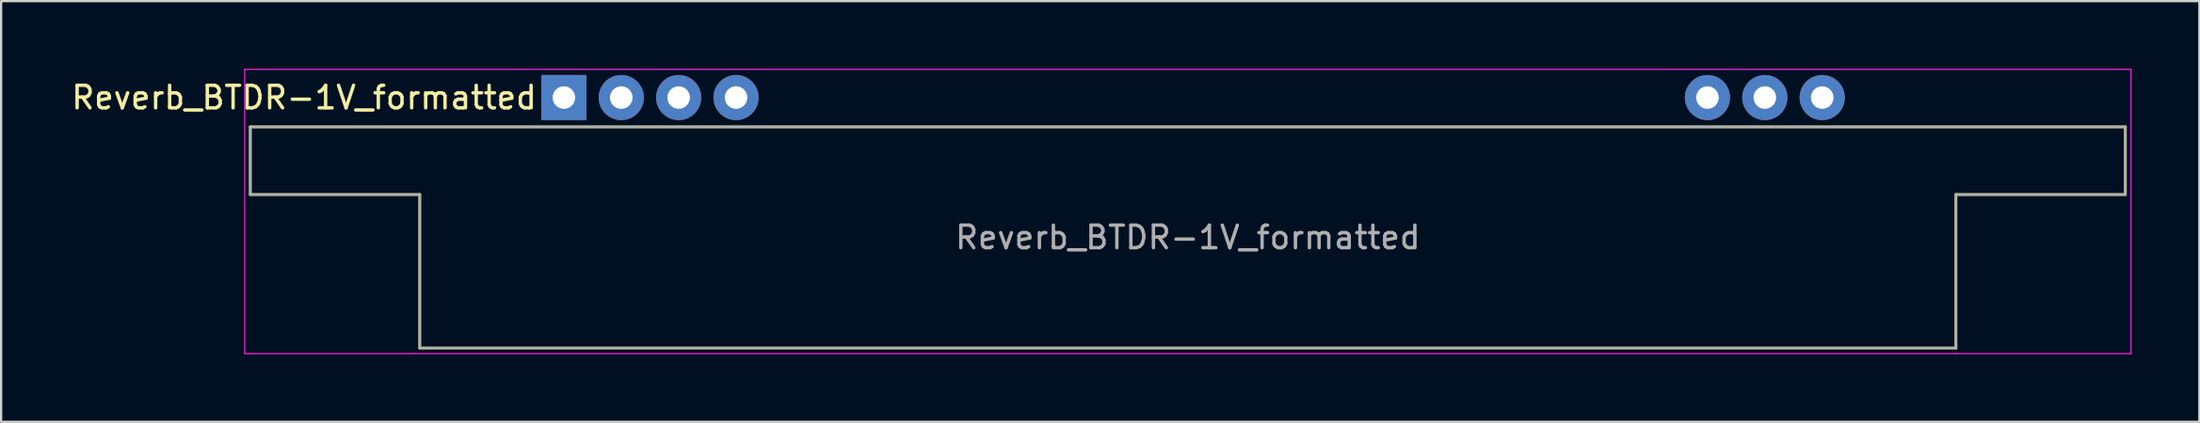
<source format=kicad_pcb>
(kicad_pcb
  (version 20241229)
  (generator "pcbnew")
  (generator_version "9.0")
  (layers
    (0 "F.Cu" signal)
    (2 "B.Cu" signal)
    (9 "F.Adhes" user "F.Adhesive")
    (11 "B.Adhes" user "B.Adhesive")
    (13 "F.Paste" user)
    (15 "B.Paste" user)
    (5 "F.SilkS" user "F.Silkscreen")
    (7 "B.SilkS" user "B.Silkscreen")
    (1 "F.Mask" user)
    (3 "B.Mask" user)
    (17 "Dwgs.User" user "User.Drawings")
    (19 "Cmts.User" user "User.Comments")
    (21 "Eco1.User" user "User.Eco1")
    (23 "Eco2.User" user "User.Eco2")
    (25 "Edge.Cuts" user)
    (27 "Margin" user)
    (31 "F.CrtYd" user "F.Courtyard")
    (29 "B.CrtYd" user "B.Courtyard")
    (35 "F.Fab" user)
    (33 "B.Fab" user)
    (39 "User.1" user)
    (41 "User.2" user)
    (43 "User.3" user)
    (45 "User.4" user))
  (footprint "Reverb_BTDR-1V_formatted"
    (layer "F.Cu")
    (at 21.911 1.275)
    (property "Reference" "Reverb_BTDR-1V_formatted" (at -11.5 0 180) (layer "F.SilkS") (effects (font (size 1 1) (thickness 0.15))))
    (attr through_hole)
    (fp_line (start -13.88 1.3) (end 69.12 1.3) (stroke (width 0.12) (type solid)) (layer "F.SilkS"))
    (fp_line (start -13.88 4.3) (end -13.88 1.3) (stroke (width 0.12) (type solid)) (layer "F.SilkS"))
    (fp_line (start -6.38 4.3) (end -13.88 4.3) (stroke (width 0.12) (type solid)) (layer "F.SilkS"))
    (fp_line (start -6.38 11.1) (end -6.38 4.3) (stroke (width 0.12) (type solid)) (layer "F.SilkS"))
    (fp_line (start 61.62 4.3) (end 61.62 11.1) (stroke (width 0.12) (type solid)) (layer "F.SilkS"))
    (fp_line (start 61.62 11.1) (end -6.38 11.1) (stroke (width 0.12) (type solid)) (layer "F.SilkS"))
    (fp_line (start 69.12 1.3) (end 69.12 4.3) (stroke (width 0.12) (type solid)) (layer "F.SilkS"))
    (fp_line (start 69.12 4.3) (end 61.62 4.3) (stroke (width 0.12) (type solid)) (layer "F.SilkS"))
    (fp_line (start -14.13 -1.25) (end 69.37 -1.25) (stroke (width 0.05) (type solid)) (layer "F.CrtYd"))
    (fp_line (start -14.13 11.35) (end -14.13 -1.25) (stroke (width 0.05) (type solid)) (layer "F.CrtYd"))
    (fp_line (start -6.63 11.35) (end -14.13 11.35) (stroke (width 0.05) (type solid)) (layer "F.CrtYd"))
    (fp_line (start 61.62 11.35) (end -6.63 11.35) (stroke (width 0.05) (type solid)) (layer "F.CrtYd"))
    (fp_line (start 69.37 -1.25) (end 69.37 11.35) (stroke (width 0.05) (type solid)) (layer "F.CrtYd"))
    (fp_line (start 69.37 11.35) (end 61.62 11.35) (stroke (width 0.05) (type solid)) (layer "F.CrtYd"))
    (fp_line (start -13.88 1.3) (end 69.12 1.3) (stroke (width 0.1) (type solid)) (layer "F.Fab"))
    (fp_line (start -13.88 4.3) (end -13.88 1.3) (stroke (width 0.1) (type solid)) (layer "F.Fab"))
    (fp_line (start -6.38 4.3) (end -13.88 4.3) (stroke (width 0.1) (type solid)) (layer "F.Fab"))
    (fp_line (start -6.38 11.1) (end -6.38 4.3) (stroke (width 0.1) (type solid)) (layer "F.Fab"))
    (fp_line (start 61.62 4.3) (end 61.62 11.1) (stroke (width 0.1) (type solid)) (layer "F.Fab"))
    (fp_line (start 61.62 11.1) (end -6.38 11.1) (stroke (width 0.1) (type solid)) (layer "F.Fab"))
    (fp_line (start 69.12 1.3) (end 69.12 4.3) (stroke (width 0.1) (type solid)) (layer "F.Fab"))
    (fp_line (start 69.12 4.3) (end 61.62 4.3) (stroke (width 0.1) (type solid)) (layer "F.Fab"))
    (fp_text user "${REFERENCE}" (at 27.62 6.2 180) (layer "F.Fab") (effects (font (size 1 1) (thickness 0.15))))
    (pad "1" thru_hole rect (at 0 0) (size 2 2) (drill 1) (layers "*.Cu" "*.Mask"))
    (pad "2" thru_hole circle (at 2.54 0) (size 2 2) (drill 1) (layers "*.Cu" "*.Mask"))
    (pad "3" thru_hole circle (at 5.08 0) (size 2 2) (drill 1) (layers "*.Cu" "*.Mask"))
    (pad "4" thru_hole circle (at 7.62 0) (size 2 2) (drill 1) (layers "*.Cu" "*.Mask"))
    (pad "5" thru_hole circle (at 50.62 0) (size 2 2) (drill 1) (layers "*.Cu" "*.Mask"))
    (pad "6" thru_hole circle (at 53.16 0) (size 2 2) (drill 1) (layers "*.Cu" "*.Mask"))
    (pad "7" thru_hole circle (at 55.7 0) (size 2 2) (drill 1) (layers "*.Cu" "*.Mask")))
  (gr_rect
    (start -3 -3)
    (end 94.306 15.65)
    (stroke (width 0.1) (type default))
    (fill no)
    (layer "Edge.Cuts")))
</source>
